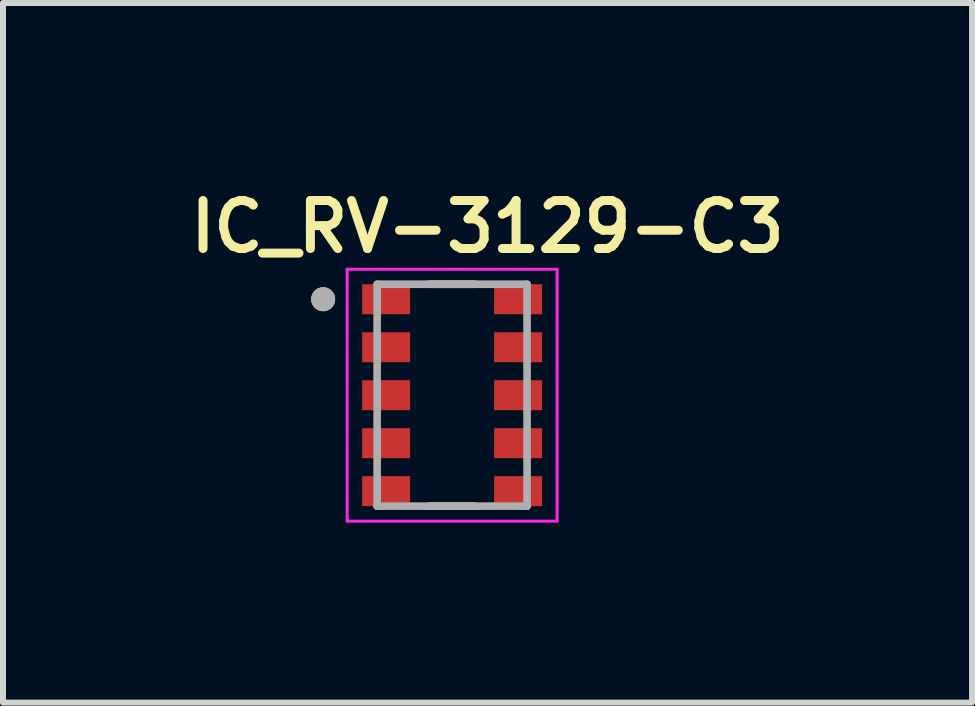
<source format=kicad_pcb>
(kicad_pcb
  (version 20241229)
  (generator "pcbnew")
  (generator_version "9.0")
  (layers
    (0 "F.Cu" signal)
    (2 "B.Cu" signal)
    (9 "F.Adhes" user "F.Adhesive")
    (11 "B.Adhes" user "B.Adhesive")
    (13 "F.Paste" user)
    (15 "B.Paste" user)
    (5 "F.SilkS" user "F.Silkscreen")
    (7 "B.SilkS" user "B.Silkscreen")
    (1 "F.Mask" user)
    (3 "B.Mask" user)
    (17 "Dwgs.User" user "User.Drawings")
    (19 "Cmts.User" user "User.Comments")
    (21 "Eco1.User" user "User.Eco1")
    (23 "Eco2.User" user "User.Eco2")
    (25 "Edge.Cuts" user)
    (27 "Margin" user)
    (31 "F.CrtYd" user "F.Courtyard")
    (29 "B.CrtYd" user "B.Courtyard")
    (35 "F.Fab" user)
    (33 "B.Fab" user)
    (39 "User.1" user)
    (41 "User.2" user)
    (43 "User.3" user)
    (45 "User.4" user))
  (footprint "IC_RV-3129-C3"
    (layer "F.Cu")
    (at 4.488 3.539)
    (property "Reference" "IC_RV-3129-C3" (at 0.59 -2.808 0) (layer "F.SilkS") (effects (font (size 0.8 0.8) (thickness 0.15))))
    (attr smd)
    (fp_line (start -0.38 -1.85) (end 0.38 -1.85) (stroke (width 0.127) (type solid)) (layer "F.SilkS"))
    (fp_line (start -0.38 1.85) (end 0.38 1.85) (stroke (width 0.127) (type solid)) (layer "F.SilkS"))
    (fp_circle (center -2.15 -1.6) (end -2.05 -1.6) (stroke (width 0.2) (type solid)) (fill no) (layer "F.SilkS"))
    (fp_line (start -1.75 -2.1) (end -1.75 2.1) (stroke (width 0.05) (type solid)) (layer "F.CrtYd"))
    (fp_line (start -1.75 2.1) (end 1.75 2.1) (stroke (width 0.05) (type solid)) (layer "F.CrtYd"))
    (fp_line (start 1.75 -2.1) (end -1.75 -2.1) (stroke (width 0.05) (type solid)) (layer "F.CrtYd"))
    (fp_line (start 1.75 2.1) (end 1.75 -2.1) (stroke (width 0.05) (type solid)) (layer "F.CrtYd"))
    (fp_line (start -1.25 -1.85) (end -1.25 1.85) (stroke (width 0.127) (type solid)) (layer "F.Fab"))
    (fp_line (start -1.25 1.85) (end 1.25 1.85) (stroke (width 0.127) (type solid)) (layer "F.Fab"))
    (fp_line (start 1.25 -1.85) (end -1.25 -1.85) (stroke (width 0.127) (type solid)) (layer "F.Fab"))
    (fp_line (start 1.25 1.85) (end 1.25 -1.85) (stroke (width 0.127) (type solid)) (layer "F.Fab"))
    (fp_circle (center -2.15 -1.6) (end -2.05 -1.6) (stroke (width 0.2) (type solid)) (fill no) (layer "F.Fab"))
    (pad "1" smd rect (at -1.1 -1.6) (size 0.8 0.5) (layers "F.Cu" "F.Mask" "F.Paste"))
    (pad "2" smd rect (at -1.1 -0.8) (size 0.8 0.5) (layers "F.Cu" "F.Mask" "F.Paste"))
    (pad "3" smd rect (at -1.1 0) (size 0.8 0.5) (layers "F.Cu" "F.Mask" "F.Paste"))
    (pad "4" smd rect (at -1.1 0.8) (size 0.8 0.5) (layers "F.Cu" "F.Mask" "F.Paste"))
    (pad "5" smd rect (at -1.1 1.6) (size 0.8 0.5) (layers "F.Cu" "F.Mask" "F.Paste"))
    (pad "6" smd rect (at 1.1 1.6) (size 0.8 0.5) (layers "F.Cu" "F.Mask" "F.Paste"))
    (pad "7" smd rect (at 1.1 0.8) (size 0.8 0.5) (layers "F.Cu" "F.Mask" "F.Paste"))
    (pad "8" smd rect (at 1.1 0) (size 0.8 0.5) (layers "F.Cu" "F.Mask" "F.Paste"))
    (pad "9" smd rect (at 1.1 -0.8) (size 0.8 0.5) (layers "F.Cu" "F.Mask" "F.Paste"))
    (pad "10" smd rect (at 1.1 -1.6) (size 0.8 0.5) (layers "F.Cu" "F.Mask" "F.Paste")))
  (gr_rect
    (start -3 -3)
    (end 13.157 8.664)
    (stroke (width 0.1) (type default))
    (fill no)
    (layer "Edge.Cuts")))
</source>
